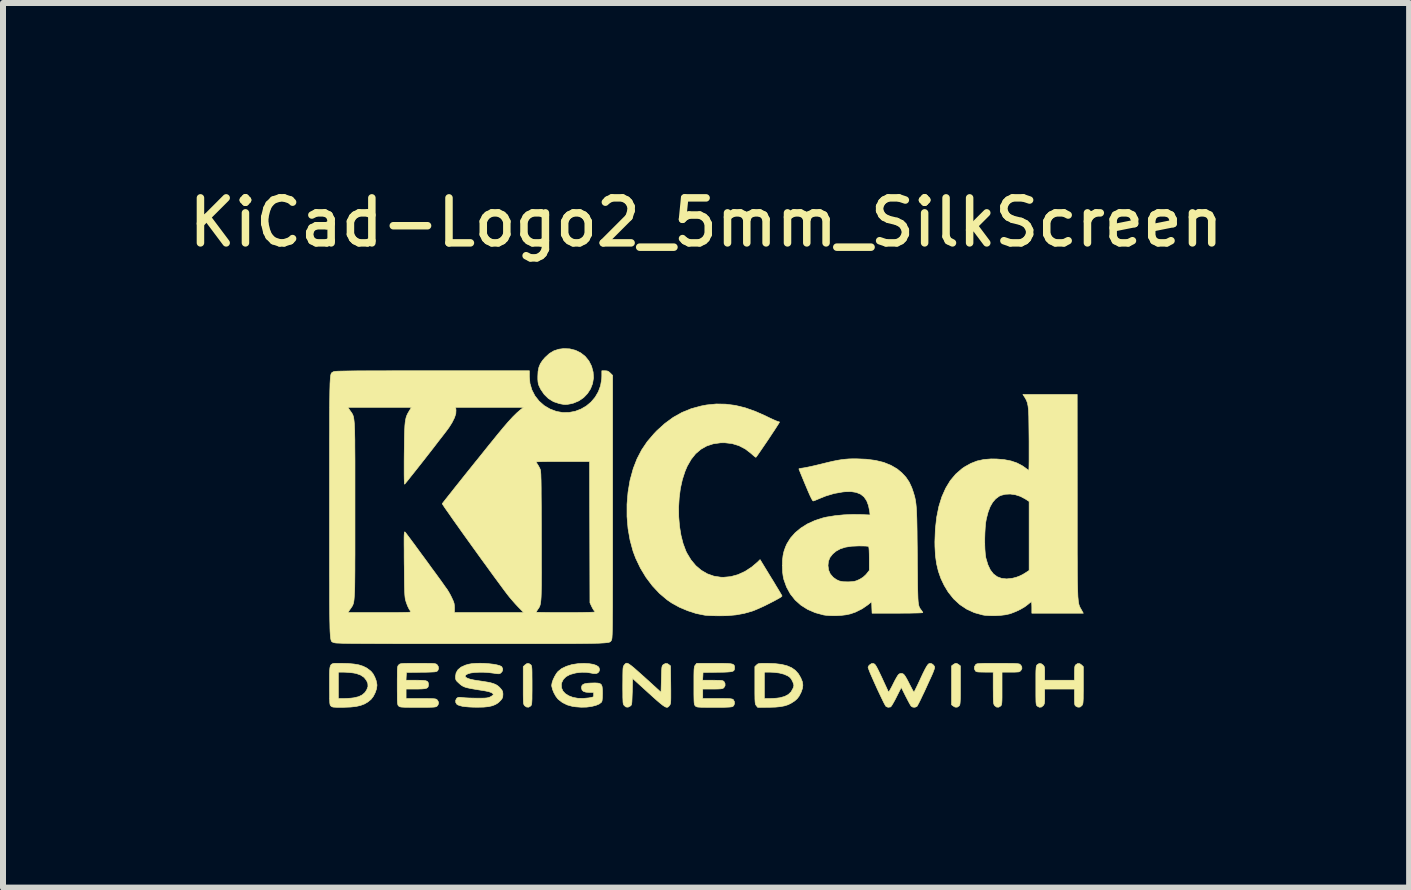
<source format=kicad_pcb>
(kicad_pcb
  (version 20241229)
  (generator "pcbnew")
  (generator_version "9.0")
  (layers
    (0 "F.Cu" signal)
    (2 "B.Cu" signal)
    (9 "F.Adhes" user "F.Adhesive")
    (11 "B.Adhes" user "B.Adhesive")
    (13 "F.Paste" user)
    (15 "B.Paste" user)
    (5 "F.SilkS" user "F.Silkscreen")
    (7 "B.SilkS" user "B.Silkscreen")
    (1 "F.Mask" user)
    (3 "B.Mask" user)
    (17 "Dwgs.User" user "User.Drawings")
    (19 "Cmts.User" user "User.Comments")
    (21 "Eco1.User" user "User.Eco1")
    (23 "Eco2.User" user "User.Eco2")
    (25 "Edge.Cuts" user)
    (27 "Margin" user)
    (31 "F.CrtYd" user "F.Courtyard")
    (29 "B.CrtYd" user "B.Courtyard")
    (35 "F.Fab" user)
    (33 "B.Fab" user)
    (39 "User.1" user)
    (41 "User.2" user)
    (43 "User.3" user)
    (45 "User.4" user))
  (footprint "KiCad-Logo2_5mm_SilkScreen"
    (layer "F.Cu")
    (at 8.72 5.738)
    (property "Reference" "KiCad-Logo2_5mm_SilkScreen" (at 0 -5.08 0) (layer "F.SilkS") (effects (font (size 0.75 0.75) (thickness 0.125))))
    (attr exclude_from_pos_files exclude_from_bom allow_missing_courtyard)
    (fp_poly (pts (xy 4.189 2.276) (xy 4.212 2.291) (xy 4.239 2.312) (xy 4.239 2.634) (xy 4.239 2.728) (xy 4.239 2.802) (xy 4.238 2.859) (xy 4.236 2.901) (xy 4.234 2.931) (xy 4.231 2.951) (xy 4.227 2.965) (xy 4.221 2.974) (xy 4.217 2.979) (xy 4.186 3) (xy 4.15 2.999) (xy 4.119 2.981) (xy 4.092 2.96) (xy 4.092 2.312) (xy 4.119 2.291) (xy 4.145 2.275) (xy 4.166 2.269) (xy 4.189 2.276)) (stroke (width 0.01) (type solid)) (fill yes) (layer "F.SilkS"))
    (fp_poly (pts (xy -2.924 2.292) (xy -2.917 2.299) (xy -2.912 2.309) (xy -2.908 2.324) (xy -2.905 2.346) (xy -2.903 2.378) (xy -2.902 2.422) (xy -2.902 2.482) (xy -2.901 2.56) (xy -2.901 2.636) (xy -2.901 2.73) (xy -2.902 2.804) (xy -2.902 2.86) (xy -2.904 2.902) (xy -2.906 2.932) (xy -2.909 2.952) (xy -2.913 2.965) (xy -2.919 2.974) (xy -2.924 2.98) (xy -2.957 3) (xy -2.992 2.998) (xy -3.023 2.977) (xy -3.031 2.968) (xy -3.036 2.959) (xy -3.041 2.945) (xy -3.044 2.924) (xy -3.046 2.895) (xy -3.047 2.853) (xy -3.048 2.796) (xy -3.048 2.722) (xy -3.048 2.638) (xy -3.048 2.324) (xy -3.02 2.297) (xy -2.986 2.273) (xy -2.953 2.273) (xy -2.924 2.292)) (stroke (width 0.01) (type solid)) (fill yes) (layer "F.SilkS"))
    (fp_poly (pts (xy -2.273 -2.973) (xy -2.177 -2.949) (xy -2.09 -2.906) (xy -2.015 -2.847) (xy -1.954 -2.772) (xy -1.909 -2.683) (xy -1.883 -2.586) (xy -1.877 -2.489) (xy -1.892 -2.395) (xy -1.926 -2.307) (xy -1.977 -2.228) (xy -2.042 -2.16) (xy -2.121 -2.106) (xy -2.212 -2.068) (xy -2.263 -2.056) (xy -2.308 -2.048) (xy -2.342 -2.045) (xy -2.375 -2.047) (xy -2.415 -2.054) (xy -2.449 -2.061) (xy -2.542 -2.092) (xy -2.626 -2.143) (xy -2.698 -2.213) (xy -2.756 -2.298) (xy -2.77 -2.326) (xy -2.787 -2.362) (xy -2.797 -2.392) (xy -2.802 -2.425) (xy -2.805 -2.466) (xy -2.805 -2.512) (xy -2.801 -2.596) (xy -2.787 -2.665) (xy -2.762 -2.726) (xy -2.723 -2.784) (xy -2.684 -2.829) (xy -2.612 -2.895) (xy -2.537 -2.94) (xy -2.455 -2.967) (xy -2.377 -2.977) (xy -2.273 -2.973)) (stroke (width 0.01) (type solid)) (fill yes) (layer "F.SilkS"))
    (fp_poly (pts (xy 4.963 2.269) (xy 5.042 2.27) (xy 5.103 2.27) (xy 5.149 2.272) (xy 5.182 2.274) (xy 5.205 2.277) (xy 5.221 2.28) (xy 5.231 2.285) (xy 5.236 2.289) (xy 5.261 2.321) (xy 5.265 2.355) (xy 5.249 2.386) (xy 5.238 2.398) (xy 5.227 2.406) (xy 5.211 2.412) (xy 5.186 2.414) (xy 5.147 2.416) (xy 5.09 2.416) (xy 5.079 2.416) (xy 4.933 2.416) (xy 4.933 2.687) (xy 4.933 2.772) (xy 4.933 2.838) (xy 4.932 2.887) (xy 4.93 2.922) (xy 4.927 2.946) (xy 4.923 2.962) (xy 4.918 2.972) (xy 4.911 2.98) (xy 4.878 3) (xy 4.843 2.999) (xy 4.812 2.976) (xy 4.81 2.973) (xy 4.802 2.962) (xy 4.797 2.95) (xy 4.793 2.933) (xy 4.79 2.908) (xy 4.788 2.872) (xy 4.787 2.822) (xy 4.787 2.755) (xy 4.786 2.68) (xy 4.786 2.416) (xy 4.647 2.416) (xy 4.587 2.415) (xy 4.546 2.414) (xy 4.519 2.411) (xy 4.502 2.405) (xy 4.49 2.397) (xy 4.489 2.395) (xy 4.473 2.362) (xy 4.474 2.324) (xy 4.493 2.292) (xy 4.5 2.285) (xy 4.51 2.28) (xy 4.524 2.276) (xy 4.545 2.274) (xy 4.575 2.272) (xy 4.618 2.27) (xy 4.676 2.269) (xy 4.75 2.269) (xy 4.844 2.269) (xy 4.864 2.269) (xy 4.963 2.269)) (stroke (width 0.01) (type solid)) (fill yes) (layer "F.SilkS"))
    (fp_poly (pts (xy 6.229 2.275) (xy 6.26 2.297) (xy 6.288 2.324) (xy 6.288 2.634) (xy 6.288 2.726) (xy 6.287 2.798) (xy 6.287 2.853) (xy 6.285 2.893) (xy 6.283 2.922) (xy 6.28 2.942) (xy 6.275 2.956) (xy 6.269 2.967) (xy 6.265 2.973) (xy 6.234 2.998) (xy 6.198 3) (xy 6.166 2.985) (xy 6.156 2.976) (xy 6.148 2.965) (xy 6.144 2.946) (xy 6.142 2.915) (xy 6.141 2.869) (xy 6.141 2.833) (xy 6.141 2.698) (xy 5.644 2.698) (xy 5.644 2.821) (xy 5.644 2.877) (xy 5.642 2.915) (xy 5.638 2.941) (xy 5.63 2.96) (xy 5.621 2.973) (xy 5.59 2.998) (xy 5.555 3.001) (xy 5.522 2.983) (xy 5.513 2.974) (xy 5.506 2.962) (xy 5.502 2.943) (xy 5.499 2.914) (xy 5.498 2.87) (xy 5.497 2.808) (xy 5.497 2.794) (xy 5.497 2.678) (xy 5.497 2.582) (xy 5.497 2.504) (xy 5.497 2.443) (xy 5.498 2.396) (xy 5.5 2.361) (xy 5.502 2.335) (xy 5.505 2.318) (xy 5.51 2.306) (xy 5.515 2.298) (xy 5.52 2.292) (xy 5.552 2.272) (xy 5.585 2.275) (xy 5.617 2.297) (xy 5.629 2.311) (xy 5.638 2.327) (xy 5.642 2.35) (xy 5.644 2.384) (xy 5.644 2.436) (xy 5.644 2.551) (xy 6.141 2.551) (xy 6.141 2.433) (xy 6.142 2.378) (xy 6.144 2.341) (xy 6.148 2.317) (xy 6.155 2.301) (xy 6.164 2.292) (xy 6.196 2.272) (xy 6.229 2.275)) (stroke (width 0.01) (type solid)) (fill yes) (layer "F.SilkS"))
    (fp_poly (pts (xy 1.018 2.269) (xy 1.147 2.274) (xy 1.257 2.287) (xy 1.349 2.31) (xy 1.426 2.343) (xy 1.489 2.388) (xy 1.539 2.444) (xy 1.58 2.514) (xy 1.58 2.515) (xy 1.605 2.577) (xy 1.613 2.633) (xy 1.606 2.688) (xy 1.584 2.751) (xy 1.579 2.761) (xy 1.55 2.817) (xy 1.517 2.86) (xy 1.475 2.897) (xy 1.417 2.934) (xy 1.414 2.936) (xy 1.364 2.96) (xy 1.307 2.978) (xy 1.24 2.991) (xy 1.159 2.999) (xy 1.06 3.002) (xy 1.025 3.002) (xy 0.86 3.003) (xy 0.836 2.973) (xy 0.829 2.963) (xy 0.824 2.952) (xy 0.82 2.936) (xy 0.817 2.913) (xy 0.815 2.88) (xy 0.814 2.856) (xy 0.971 2.856) (xy 1.065 2.856) (xy 1.12 2.854) (xy 1.176 2.85) (xy 1.222 2.844) (xy 1.225 2.844) (xy 1.307 2.822) (xy 1.371 2.789) (xy 1.418 2.743) (xy 1.451 2.683) (xy 1.457 2.667) (xy 1.463 2.642) (xy 1.46 2.618) (xy 1.448 2.585) (xy 1.441 2.569) (xy 1.418 2.527) (xy 1.39 2.497) (xy 1.359 2.477) (xy 1.297 2.45) (xy 1.218 2.43) (xy 1.125 2.419) (xy 1.058 2.416) (xy 0.971 2.416) (xy 0.971 2.856) (xy 0.814 2.856) (xy 0.814 2.835) (xy 0.813 2.774) (xy 0.813 2.696) (xy 0.813 2.634) (xy 0.813 2.324) (xy 0.841 2.297) (xy 0.853 2.286) (xy 0.866 2.278) (xy 0.885 2.273) (xy 0.913 2.27) (xy 0.955 2.269) (xy 1.015 2.269) (xy 1.018 2.269)) (stroke (width 0.01) (type solid)) (fill yes) (layer "F.SilkS"))
    (fp_poly (pts (xy -6.121 2.269) (xy -6.082 2.269) (xy -5.966 2.272) (xy -5.869 2.281) (xy -5.788 2.295) (xy -5.719 2.317) (xy -5.658 2.347) (xy -5.604 2.387) (xy -5.584 2.404) (xy -5.552 2.443) (xy -5.523 2.497) (xy -5.5 2.557) (xy -5.488 2.615) (xy -5.486 2.636) (xy -5.494 2.695) (xy -5.516 2.759) (xy -5.547 2.82) (xy -5.584 2.868) (xy -5.59 2.874) (xy -5.641 2.915) (xy -5.696 2.947) (xy -5.76 2.971) (xy -5.834 2.988) (xy -5.924 2.998) (xy -6.031 3.002) (xy -6.08 3.003) (xy -6.142 3.003) (xy -6.186 3.001) (xy -6.215 2.999) (xy -6.234 2.994) (xy -6.247 2.987) (xy -6.254 2.98) (xy -6.261 2.973) (xy -6.266 2.963) (xy -6.27 2.948) (xy -6.273 2.926) (xy -6.274 2.894) (xy -6.276 2.85) (xy -6.276 2.79) (xy -6.277 2.712) (xy -6.277 2.636) (xy -6.277 2.535) (xy -6.277 2.454) (xy -6.276 2.416) (xy -6.13 2.416) (xy -6.13 2.856) (xy -6.037 2.856) (xy -5.981 2.854) (xy -5.922 2.85) (xy -5.873 2.844) (xy -5.872 2.844) (xy -5.792 2.825) (xy -5.731 2.795) (xy -5.684 2.753) (xy -5.655 2.707) (xy -5.636 2.656) (xy -5.638 2.608) (xy -5.659 2.557) (xy -5.7 2.504) (xy -5.758 2.465) (xy -5.833 2.438) (xy -5.883 2.429) (xy -5.939 2.423) (xy -6 2.418) (xy -6.051 2.416) (xy -6.054 2.416) (xy -6.13 2.416) (xy -6.276 2.416) (xy -6.275 2.392) (xy -6.271 2.345) (xy -6.263 2.312) (xy -6.25 2.29) (xy -6.23 2.277) (xy -6.203 2.27) (xy -6.167 2.269) (xy -6.121 2.269)) (stroke (width 0.01) (type solid)) (fill yes) (layer "F.SilkS"))
    (fp_poly (pts (xy -1.3 2.273) (xy -1.277 2.287) (xy -1.246 2.31) (xy -1.206 2.342) (xy -1.156 2.386) (xy -1.094 2.441) (xy -1.018 2.509) (xy -0.931 2.588) (xy -0.751 2.752) (xy -0.745 2.532) (xy -0.743 2.456) (xy -0.741 2.4) (xy -0.739 2.36) (xy -0.736 2.332) (xy -0.731 2.314) (xy -0.725 2.303) (xy -0.717 2.294) (xy -0.713 2.291) (xy -0.678 2.272) (xy -0.645 2.274) (xy -0.619 2.291) (xy -0.593 2.312) (xy -0.589 2.627) (xy -0.588 2.72) (xy -0.588 2.793) (xy -0.588 2.848) (xy -0.589 2.889) (xy -0.591 2.919) (xy -0.594 2.939) (xy -0.598 2.953) (xy -0.604 2.964) (xy -0.61 2.972) (xy -0.623 2.988) (xy -0.637 2.999) (xy -0.652 3.003) (xy -0.671 2.999) (xy -0.695 2.987) (xy -0.727 2.965) (xy -0.768 2.932) (xy -0.821 2.887) (xy -0.886 2.829) (xy -0.96 2.762) (xy -1.225 2.521) (xy -1.23 2.741) (xy -1.233 2.816) (xy -1.235 2.872) (xy -1.237 2.913) (xy -1.24 2.94) (xy -1.244 2.958) (xy -1.25 2.969) (xy -1.259 2.978) (xy -1.263 2.981) (xy -1.3 3) (xy -1.335 2.997) (xy -1.365 2.973) (xy -1.372 2.963) (xy -1.378 2.952) (xy -1.382 2.936) (xy -1.385 2.913) (xy -1.386 2.88) (xy -1.388 2.835) (xy -1.388 2.774) (xy -1.389 2.694) (xy -1.389 2.636) (xy -1.388 2.544) (xy -1.388 2.473) (xy -1.387 2.418) (xy -1.386 2.378) (xy -1.384 2.349) (xy -1.38 2.329) (xy -1.376 2.315) (xy -1.37 2.305) (xy -1.365 2.299) (xy -1.354 2.285) (xy -1.343 2.274) (xy -1.332 2.268) (xy -1.318 2.267) (xy -1.3 2.273)) (stroke (width 0.01) (type solid)) (fill yes) (layer "F.SilkS"))
    (fp_poly (pts (xy -1.95 2.275) (xy -1.882 2.286) (xy -1.829 2.304) (xy -1.795 2.327) (xy -1.785 2.341) (xy -1.776 2.372) (xy -1.782 2.4) (xy -1.802 2.427) (xy -1.834 2.44) (xy -1.879 2.439) (xy -1.914 2.432) (xy -1.992 2.419) (xy -2.072 2.418) (xy -2.162 2.428) (xy -2.186 2.433) (xy -2.269 2.456) (xy -2.334 2.491) (xy -2.38 2.537) (xy -2.407 2.592) (xy -2.413 2.621) (xy -2.409 2.68) (xy -2.386 2.732) (xy -2.345 2.776) (xy -2.288 2.811) (xy -2.219 2.837) (xy -2.138 2.852) (xy -2.048 2.854) (xy -1.951 2.845) (xy -1.945 2.844) (xy -1.907 2.836) (xy -1.885 2.83) (xy -1.876 2.819) (xy -1.874 2.802) (xy -1.874 2.793) (xy -1.874 2.754) (xy -1.942 2.754) (xy -2.003 2.75) (xy -2.044 2.737) (xy -2.068 2.714) (xy -2.077 2.679) (xy -2.077 2.674) (xy -2.072 2.645) (xy -2.054 2.623) (xy -2.022 2.609) (xy -1.972 2.601) (xy -1.923 2.598) (xy -1.852 2.596) (xy -1.801 2.599) (xy -1.766 2.609) (xy -1.744 2.628) (xy -1.733 2.66) (xy -1.728 2.708) (xy -1.727 2.77) (xy -1.729 2.84) (xy -1.733 2.887) (xy -1.74 2.912) (xy -1.741 2.914) (xy -1.78 2.946) (xy -1.837 2.97) (xy -1.909 2.988) (xy -1.991 2.999) (xy -2.081 3.001) (xy -2.175 2.994) (xy -2.23 2.986) (xy -2.316 2.962) (xy -2.396 2.922) (xy -2.463 2.87) (xy -2.473 2.86) (xy -2.506 2.816) (xy -2.536 2.762) (xy -2.559 2.706) (xy -2.572 2.654) (xy -2.574 2.635) (xy -2.567 2.593) (xy -2.55 2.542) (xy -2.524 2.488) (xy -2.495 2.439) (xy -2.469 2.406) (xy -2.408 2.357) (xy -2.329 2.319) (xy -2.235 2.29) (xy -2.129 2.274) (xy -2.032 2.27) (xy -1.95 2.275)) (stroke (width 0.01) (type solid)) (fill yes) (layer "F.SilkS"))
    (fp_poly (pts (xy 0.23 2.269) (xy 0.307 2.27) (xy 0.365 2.272) (xy 0.408 2.276) (xy 0.438 2.282) (xy 0.457 2.291) (xy 0.468 2.303) (xy 0.473 2.319) (xy 0.474 2.339) (xy 0.474 2.341) (xy 0.473 2.364) (xy 0.468 2.382) (xy 0.457 2.395) (xy 0.437 2.404) (xy 0.406 2.41) (xy 0.36 2.414) (xy 0.298 2.417) (xy 0.216 2.418) (xy 0.191 2.418) (xy -0.051 2.421) (xy -0.054 2.486) (xy -0.058 2.551) (xy 0.111 2.551) (xy 0.176 2.552) (xy 0.223 2.553) (xy 0.255 2.555) (xy 0.276 2.559) (xy 0.289 2.565) (xy 0.299 2.573) (xy 0.299 2.573) (xy 0.316 2.607) (xy 0.316 2.643) (xy 0.297 2.674) (xy 0.294 2.678) (xy 0.281 2.686) (xy 0.263 2.692) (xy 0.237 2.695) (xy 0.197 2.697) (xy 0.142 2.698) (xy 0.106 2.698) (xy -0.056 2.698) (xy -0.056 2.856) (xy 0.19 2.856) (xy 0.272 2.856) (xy 0.333 2.857) (xy 0.379 2.858) (xy 0.41 2.86) (xy 0.431 2.864) (xy 0.445 2.868) (xy 0.453 2.874) (xy 0.455 2.877) (xy 0.472 2.908) (xy 0.473 2.944) (xy 0.46 2.975) (xy 0.449 2.985) (xy 0.438 2.991) (xy 0.421 2.995) (xy 0.396 2.998) (xy 0.359 3) (xy 0.308 3.002) (xy 0.24 3.003) (xy 0.153 3.003) (xy 0.133 3.003) (xy 0.045 3.003) (xy -0.024 3.002) (xy -0.075 3.002) (xy -0.113 3) (xy -0.139 2.998) (xy -0.156 2.994) (xy -0.167 2.989) (xy -0.176 2.983) (xy -0.18 2.978) (xy -0.187 2.97) (xy -0.192 2.96) (xy -0.196 2.945) (xy -0.199 2.923) (xy -0.201 2.89) (xy -0.202 2.845) (xy -0.203 2.785) (xy -0.203 2.707) (xy -0.203 2.641) (xy -0.203 2.549) (xy -0.203 2.476) (xy -0.202 2.421) (xy -0.201 2.38) (xy -0.198 2.35) (xy -0.195 2.33) (xy -0.191 2.316) (xy -0.185 2.305) (xy -0.18 2.299) (xy -0.156 2.269) (xy 0.134 2.269) (xy 0.23 2.269)) (stroke (width 0.01) (type solid)) (fill yes) (layer "F.SilkS"))
    (fp_poly (pts (xy -4.713 2.269) (xy -4.643 2.27) (xy -4.591 2.27) (xy -4.553 2.272) (xy -4.526 2.274) (xy -4.508 2.278) (xy -4.496 2.283) (xy -4.487 2.289) (xy -4.484 2.292) (xy -4.464 2.323) (xy -4.46 2.359) (xy -4.473 2.391) (xy -4.48 2.397) (xy -4.489 2.403) (xy -4.505 2.408) (xy -4.529 2.412) (xy -4.566 2.414) (xy -4.617 2.416) (xy -4.685 2.418) (xy -4.748 2.418) (xy -4.995 2.421) (xy -4.999 2.486) (xy -5.002 2.551) (xy -4.834 2.551) (xy -4.761 2.552) (xy -4.708 2.555) (xy -4.671 2.56) (xy -4.647 2.57) (xy -4.634 2.586) (xy -4.629 2.607) (xy -4.628 2.628) (xy -4.631 2.653) (xy -4.64 2.671) (xy -4.659 2.684) (xy -4.691 2.692) (xy -4.738 2.696) (xy -4.804 2.698) (xy -4.84 2.698) (xy -5.001 2.698) (xy -5.001 2.856) (xy -4.753 2.856) (xy -4.671 2.856) (xy -4.609 2.857) (xy -4.564 2.858) (xy -4.532 2.86) (xy -4.511 2.863) (xy -4.496 2.868) (xy -4.487 2.874) (xy -4.482 2.879) (xy -4.465 2.906) (xy -4.459 2.929) (xy -4.467 2.959) (xy -4.482 2.98) (xy -4.49 2.987) (xy -4.5 2.992) (xy -4.515 2.996) (xy -4.538 2.999) (xy -4.571 3.001) (xy -4.618 3.002) (xy -4.68 3.003) (xy -4.761 3.003) (xy -4.803 3.003) (xy -4.894 3.003) (xy -4.964 3.002) (xy -5.017 3.002) (xy -5.056 3) (xy -5.083 2.998) (xy -5.101 2.994) (xy -5.113 2.99) (xy -5.122 2.983) (xy -5.125 2.98) (xy -5.132 2.973) (xy -5.137 2.963) (xy -5.141 2.948) (xy -5.144 2.926) (xy -5.146 2.894) (xy -5.147 2.849) (xy -5.147 2.789) (xy -5.148 2.711) (xy -5.148 2.638) (xy -5.148 2.545) (xy -5.147 2.471) (xy -5.147 2.415) (xy -5.146 2.374) (xy -5.144 2.345) (xy -5.141 2.325) (xy -5.136 2.312) (xy -5.131 2.303) (xy -5.123 2.295) (xy -5.122 2.294) (xy -5.113 2.286) (xy -5.103 2.28) (xy -5.089 2.276) (xy -5.067 2.273) (xy -5.036 2.271) (xy -4.993 2.27) (xy -4.934 2.269) (xy -4.857 2.269) (xy -4.802 2.269) (xy -4.713 2.269)) (stroke (width 0.01) (type solid)) (fill yes) (layer "F.SilkS"))
    (fp_poly (pts (xy 3.745 2.271) (xy 3.764 2.278) (xy 3.765 2.278) (xy 3.792 2.299) (xy 3.806 2.32) (xy 3.809 2.329) (xy 3.809 2.342) (xy 3.805 2.361) (xy 3.796 2.387) (xy 3.782 2.424) (xy 3.761 2.473) (xy 3.732 2.536) (xy 3.695 2.617) (xy 3.675 2.661) (xy 3.639 2.74) (xy 3.604 2.812) (xy 3.574 2.876) (xy 3.548 2.928) (xy 3.528 2.965) (xy 3.516 2.986) (xy 3.513 2.989) (xy 3.482 3.001) (xy 3.447 3) (xy 3.419 2.984) (xy 3.418 2.983) (xy 3.407 2.966) (xy 3.388 2.933) (xy 3.364 2.888) (xy 3.337 2.836) (xy 3.327 2.817) (xy 3.254 2.67) (xy 3.174 2.829) (xy 3.146 2.884) (xy 3.119 2.932) (xy 3.097 2.969) (xy 3.081 2.991) (xy 3.076 2.996) (xy 3.034 3.002) (xy 3 2.989) (xy 2.99 2.974) (xy 2.972 2.943) (xy 2.949 2.897) (xy 2.921 2.839) (xy 2.89 2.774) (xy 2.857 2.704) (xy 2.824 2.631) (xy 2.792 2.56) (xy 2.763 2.494) (xy 2.737 2.435) (xy 2.718 2.386) (xy 2.705 2.352) (xy 2.7 2.334) (xy 2.7 2.334) (xy 2.711 2.311) (xy 2.733 2.289) (xy 2.735 2.288) (xy 2.762 2.272) (xy 2.787 2.273) (xy 2.796 2.275) (xy 2.808 2.282) (xy 2.82 2.294) (xy 2.834 2.315) (xy 2.852 2.347) (xy 2.875 2.393) (xy 2.905 2.455) (xy 2.932 2.512) (xy 2.962 2.578) (xy 2.99 2.638) (xy 3.013 2.688) (xy 3.03 2.725) (xy 3.039 2.746) (xy 3.041 2.749) (xy 3.047 2.743) (xy 3.061 2.721) (xy 3.081 2.685) (xy 3.106 2.638) (xy 3.115 2.619) (xy 3.148 2.554) (xy 3.174 2.507) (xy 3.194 2.474) (xy 3.21 2.454) (xy 3.226 2.443) (xy 3.242 2.439) (xy 3.252 2.438) (xy 3.271 2.44) (xy 3.287 2.447) (xy 3.303 2.462) (xy 3.321 2.487) (xy 3.344 2.526) (xy 3.373 2.581) (xy 3.389 2.613) (xy 3.415 2.663) (xy 3.437 2.705) (xy 3.454 2.734) (xy 3.464 2.748) (xy 3.466 2.749) (xy 3.472 2.738) (xy 3.487 2.709) (xy 3.508 2.666) (xy 3.534 2.612) (xy 3.564 2.548) (xy 3.578 2.517) (xy 3.616 2.436) (xy 3.647 2.374) (xy 3.672 2.328) (xy 3.692 2.297) (xy 3.71 2.278) (xy 3.727 2.271) (xy 3.745 2.271)) (stroke (width 0.01) (type solid)) (fill yes) (layer "F.SilkS"))
    (fp_poly (pts (xy -3.692 2.27) (xy -3.617 2.276) (xy -3.547 2.284) (xy -3.487 2.295) (xy -3.44 2.308) (xy -3.41 2.323) (xy -3.406 2.327) (xy -3.39 2.362) (xy -3.395 2.397) (xy -3.419 2.428) (xy -3.421 2.429) (xy -3.435 2.438) (xy -3.45 2.443) (xy -3.471 2.443) (xy -3.503 2.44) (xy -3.552 2.432) (xy -3.556 2.432) (xy -3.629 2.423) (xy -3.707 2.418) (xy -3.786 2.418) (xy -3.859 2.422) (xy -3.922 2.43) (xy -3.968 2.443) (xy -3.971 2.444) (xy -4.005 2.463) (xy -4.017 2.482) (xy -4.008 2.5) (xy -3.978 2.518) (xy -3.929 2.535) (xy -3.861 2.549) (xy -3.816 2.556) (xy -3.721 2.57) (xy -3.647 2.582) (xy -3.588 2.594) (xy -3.542 2.608) (xy -3.506 2.623) (xy -3.476 2.641) (xy -3.449 2.664) (xy -3.428 2.686) (xy -3.403 2.717) (xy -3.391 2.743) (xy -3.387 2.776) (xy -3.387 2.788) (xy -3.39 2.828) (xy -3.401 2.857) (xy -3.421 2.883) (xy -3.462 2.924) (xy -3.508 2.954) (xy -3.562 2.976) (xy -3.627 2.991) (xy -3.707 2.999) (xy -3.805 3.001) (xy -3.821 3.001) (xy -3.887 3) (xy -3.952 2.997) (xy -4.009 2.992) (xy -4.052 2.987) (xy -4.055 2.987) (xy -4.098 2.976) (xy -4.134 2.964) (xy -4.154 2.952) (xy -4.173 2.922) (xy -4.174 2.886) (xy -4.158 2.854) (xy -4.154 2.851) (xy -4.139 2.84) (xy -4.12 2.835) (xy -4.091 2.836) (xy -4.056 2.84) (xy -4.016 2.844) (xy -3.96 2.847) (xy -3.895 2.849) (xy -3.828 2.85) (xy -3.81 2.85) (xy -3.742 2.85) (xy -3.692 2.849) (xy -3.657 2.846) (xy -3.63 2.841) (xy -3.609 2.834) (xy -3.596 2.828) (xy -3.568 2.811) (xy -3.55 2.796) (xy -3.547 2.792) (xy -3.553 2.774) (xy -3.579 2.757) (xy -3.624 2.741) (xy -3.687 2.728) (xy -3.705 2.725) (xy -3.801 2.71) (xy -3.878 2.697) (xy -3.938 2.686) (xy -3.984 2.676) (xy -4.021 2.665) (xy -4.049 2.653) (xy -4.073 2.639) (xy -4.096 2.622) (xy -4.119 2.601) (xy -4.127 2.594) (xy -4.155 2.567) (xy -4.17 2.545) (xy -4.176 2.52) (xy -4.177 2.489) (xy -4.167 2.428) (xy -4.136 2.376) (xy -4.085 2.333) (xy -4.013 2.3) (xy -3.962 2.285) (xy -3.907 2.275) (xy -3.841 2.27) (xy -3.768 2.268) (xy -3.692 2.27)) (stroke (width 0.01) (type solid)) (fill yes) (layer "F.SilkS"))
    (fp_poly (pts (xy 0.328 -2.051) (xy 0.489 -2.03) (xy 0.653 -1.99) (xy 0.822 -1.93) (xy 1 -1.851) (xy 1.011 -1.845) (xy 1.069 -1.817) (xy 1.121 -1.793) (xy 1.162 -1.775) (xy 1.19 -1.764) (xy 1.2 -1.761) (xy 1.219 -1.756) (xy 1.224 -1.752) (xy 1.218 -1.741) (xy 1.202 -1.715) (xy 1.177 -1.676) (xy 1.145 -1.626) (xy 1.107 -1.569) (xy 1.066 -1.507) (xy 1.023 -1.442) (xy 0.98 -1.379) (xy 0.939 -1.319) (xy 0.902 -1.265) (xy 0.871 -1.22) (xy 0.847 -1.186) (xy 0.832 -1.167) (xy 0.83 -1.165) (xy 0.82 -1.17) (xy 0.798 -1.187) (xy 0.767 -1.214) (xy 0.752 -1.228) (xy 0.655 -1.303) (xy 0.548 -1.359) (xy 0.433 -1.394) (xy 0.31 -1.408) (xy 0.241 -1.407) (xy 0.119 -1.39) (xy 0.01 -1.354) (xy -0.087 -1.299) (xy -0.174 -1.225) (xy -0.249 -1.131) (xy -0.314 -1.018) (xy -0.351 -0.931) (xy -0.395 -0.796) (xy -0.428 -0.648) (xy -0.448 -0.493) (xy -0.458 -0.333) (xy -0.456 -0.173) (xy -0.443 -0.016) (xy -0.419 0.133) (xy -0.384 0.271) (xy -0.338 0.395) (xy -0.322 0.429) (xy -0.253 0.543) (xy -0.173 0.64) (xy -0.081 0.718) (xy 0.02 0.777) (xy 0.13 0.816) (xy 0.247 0.834) (xy 0.289 0.835) (xy 0.41 0.824) (xy 0.531 0.791) (xy 0.649 0.737) (xy 0.762 0.663) (xy 0.854 0.585) (xy 0.9 0.54) (xy 1.081 0.837) (xy 1.127 0.911) (xy 1.168 0.98) (xy 1.204 1.039) (xy 1.233 1.088) (xy 1.254 1.124) (xy 1.265 1.144) (xy 1.266 1.147) (xy 1.258 1.157) (xy 1.233 1.174) (xy 1.193 1.197) (xy 1.142 1.225) (xy 1.084 1.255) (xy 1.021 1.287) (xy 0.958 1.318) (xy 0.896 1.346) (xy 0.839 1.371) (xy 0.791 1.391) (xy 0.768 1.399) (xy 0.634 1.437) (xy 0.496 1.462) (xy 0.349 1.475) (xy 0.222 1.477) (xy 0.154 1.476) (xy 0.088 1.474) (xy 0.031 1.471) (xy -0.013 1.468) (xy -0.027 1.466) (xy -0.166 1.438) (xy -0.307 1.392) (xy -0.445 1.334) (xy -0.572 1.264) (xy -0.649 1.211) (xy -0.777 1.103) (xy -0.895 0.977) (xy -1.002 0.835) (xy -1.095 0.681) (xy -1.173 0.518) (xy -1.217 0.401) (xy -1.267 0.217) (xy -1.301 0.023) (xy -1.318 -0.179) (xy -1.318 -0.382) (xy -1.301 -0.584) (xy -1.268 -0.781) (xy -1.217 -0.967) (xy -1.214 -0.978) (xy -1.151 -1.14) (xy -1.074 -1.288) (xy -0.981 -1.426) (xy -0.868 -1.558) (xy -0.825 -1.604) (xy -0.688 -1.728) (xy -0.549 -1.83) (xy -0.403 -1.912) (xy -0.249 -1.975) (xy -0.084 -2.02) (xy 0.011 -2.038) (xy 0.17 -2.054) (xy 0.328 -2.051)) (stroke (width 0.01) (type solid)) (fill yes) (layer "F.SilkS"))
    (fp_poly (pts (xy 6.187 -0.528) (xy 6.187 -0.293) (xy 6.187 -0.08) (xy 6.187 0.112) (xy 6.187 0.285) (xy 6.187 0.441) (xy 6.188 0.579) (xy 6.188 0.701) (xy 6.189 0.808) (xy 6.19 0.901) (xy 6.192 0.982) (xy 6.194 1.051) (xy 6.196 1.11) (xy 6.198 1.159) (xy 6.202 1.2) (xy 6.205 1.234) (xy 6.21 1.262) (xy 6.214 1.285) (xy 6.22 1.304) (xy 6.226 1.321) (xy 6.233 1.335) (xy 6.24 1.349) (xy 6.249 1.364) (xy 6.254 1.373) (xy 6.288 1.434) (xy 5.43 1.434) (xy 5.43 1.338) (xy 5.429 1.294) (xy 5.427 1.261) (xy 5.424 1.243) (xy 5.423 1.242) (xy 5.412 1.249) (xy 5.389 1.267) (xy 5.366 1.286) (xy 5.312 1.327) (xy 5.242 1.368) (xy 5.165 1.405) (xy 5.088 1.435) (xy 5.057 1.445) (xy 4.989 1.46) (xy 4.906 1.47) (xy 4.816 1.475) (xy 4.728 1.474) (xy 4.649 1.469) (xy 4.612 1.463) (xy 4.473 1.425) (xy 4.346 1.367) (xy 4.23 1.29) (xy 4.127 1.195) (xy 4.036 1.081) (xy 3.969 0.97) (xy 3.914 0.854) (xy 3.872 0.734) (xy 3.842 0.608) (xy 3.823 0.472) (xy 3.815 0.32) (xy 3.814 0.243) (xy 3.816 0.186) (xy 4.645 0.186) (xy 4.645 0.279) (xy 4.648 0.367) (xy 4.654 0.444) (xy 4.662 0.505) (xy 4.665 0.517) (xy 4.697 0.625) (xy 4.738 0.712) (xy 4.79 0.779) (xy 4.853 0.826) (xy 4.926 0.853) (xy 5.011 0.862) (xy 5.107 0.851) (xy 5.17 0.835) (xy 5.219 0.817) (xy 5.274 0.791) (xy 5.314 0.767) (xy 5.385 0.721) (xy 5.385 -0.429) (xy 5.317 -0.473) (xy 5.239 -0.514) (xy 5.155 -0.541) (xy 5.07 -0.553) (xy 4.988 -0.549) (xy 4.915 -0.53) (xy 4.883 -0.515) (xy 4.826 -0.472) (xy 4.777 -0.415) (xy 4.735 -0.342) (xy 4.701 -0.252) (xy 4.672 -0.141) (xy 4.671 -0.135) (xy 4.66 -0.073) (xy 4.653 0.005) (xy 4.648 0.093) (xy 4.645 0.186) (xy 3.816 0.186) (xy 3.822 0.03) (xy 3.844 -0.166) (xy 3.88 -0.345) (xy 3.93 -0.506) (xy 3.994 -0.65) (xy 4.071 -0.777) (xy 4.163 -0.886) (xy 4.268 -0.977) (xy 4.314 -1.008) (xy 4.415 -1.064) (xy 4.518 -1.104) (xy 4.628 -1.128) (xy 4.749 -1.138) (xy 4.842 -1.137) (xy 4.971 -1.126) (xy 5.084 -1.104) (xy 5.183 -1.07) (xy 5.271 -1.024) (xy 5.32 -0.99) (xy 5.349 -0.968) (xy 5.371 -0.953) (xy 5.379 -0.948) (xy 5.381 -0.959) (xy 5.382 -0.99) (xy 5.383 -1.037) (xy 5.384 -1.1) (xy 5.384 -1.173) (xy 5.384 -1.256) (xy 5.384 -1.344) (xy 5.384 -1.436) (xy 5.383 -1.528) (xy 5.382 -1.618) (xy 5.381 -1.704) (xy 5.38 -1.781) (xy 5.379 -1.848) (xy 5.377 -1.902) (xy 5.375 -1.94) (xy 5.375 -1.947) (xy 5.367 -2.018) (xy 5.356 -2.073) (xy 5.338 -2.12) (xy 5.312 -2.166) (xy 5.305 -2.176) (xy 5.281 -2.213) (xy 6.186 -2.213) (xy 6.187 -0.528)) (stroke (width 0.01) (type solid)) (fill yes) (layer "F.SilkS"))
    (fp_poly (pts (xy 2.674 -1.133) (xy 2.825 -1.113) (xy 2.961 -1.08) (xy 3.08 -1.032) (xy 3.185 -0.971) (xy 3.262 -0.907) (xy 3.331 -0.833) (xy 3.385 -0.753) (xy 3.428 -0.661) (xy 3.443 -0.618) (xy 3.456 -0.579) (xy 3.467 -0.543) (xy 3.477 -0.508) (xy 3.485 -0.472) (xy 3.492 -0.433) (xy 3.498 -0.39) (xy 3.503 -0.34) (xy 3.507 -0.283) (xy 3.51 -0.215) (xy 3.513 -0.136) (xy 3.515 -0.043) (xy 3.517 0.066) (xy 3.518 0.192) (xy 3.52 0.337) (xy 3.521 0.48) (xy 3.522 0.636) (xy 3.524 0.771) (xy 3.525 0.887) (xy 3.526 0.986) (xy 3.528 1.068) (xy 3.53 1.136) (xy 3.532 1.192) (xy 3.535 1.236) (xy 3.539 1.271) (xy 3.544 1.299) (xy 3.55 1.321) (xy 3.557 1.338) (xy 3.565 1.352) (xy 3.574 1.366) (xy 3.585 1.38) (xy 3.59 1.385) (xy 3.605 1.408) (xy 3.612 1.423) (xy 3.612 1.424) (xy 3.602 1.426) (xy 3.571 1.428) (xy 3.522 1.43) (xy 3.458 1.431) (xy 3.382 1.433) (xy 3.295 1.433) (xy 3.2 1.434) (xy 3.19 1.434) (xy 2.767 1.434) (xy 2.763 1.338) (xy 2.76 1.242) (xy 2.698 1.293) (xy 2.601 1.36) (xy 2.491 1.415) (xy 2.404 1.445) (xy 2.335 1.46) (xy 2.252 1.47) (xy 2.162 1.475) (xy 2.074 1.474) (xy 1.995 1.468) (xy 1.959 1.463) (xy 1.819 1.425) (xy 1.692 1.37) (xy 1.58 1.299) (xy 1.484 1.213) (xy 1.404 1.112) (xy 1.341 0.997) (xy 1.296 0.871) (xy 1.284 0.814) (xy 1.276 0.752) (xy 1.273 0.677) (xy 1.272 0.643) (xy 1.272 0.64) (xy 2.032 0.64) (xy 2.042 0.715) (xy 2.07 0.779) (xy 2.118 0.835) (xy 2.123 0.839) (xy 2.172 0.874) (xy 2.223 0.897) (xy 2.284 0.909) (xy 2.359 0.911) (xy 2.377 0.911) (xy 2.431 0.908) (xy 2.471 0.903) (xy 2.506 0.893) (xy 2.545 0.876) (xy 2.556 0.871) (xy 2.616 0.835) (xy 2.663 0.792) (xy 2.676 0.777) (xy 2.721 0.72) (xy 2.721 0.525) (xy 2.72 0.446) (xy 2.718 0.388) (xy 2.715 0.349) (xy 2.711 0.327) (xy 2.707 0.32) (xy 2.691 0.317) (xy 2.657 0.314) (xy 2.61 0.313) (xy 2.555 0.312) (xy 2.546 0.312) (xy 2.425 0.317) (xy 2.323 0.333) (xy 2.236 0.361) (xy 2.164 0.401) (xy 2.109 0.448) (xy 2.064 0.506) (xy 2.039 0.569) (xy 2.032 0.64) (xy 1.272 0.64) (xy 1.274 0.55) (xy 1.283 0.471) (xy 1.299 0.4) (xy 1.324 0.329) (xy 1.348 0.276) (xy 1.407 0.181) (xy 1.485 0.093) (xy 1.58 0.014) (xy 1.69 -0.055) (xy 1.813 -0.111) (xy 1.945 -0.154) (xy 2.009 -0.169) (xy 2.146 -0.191) (xy 2.294 -0.206) (xy 2.446 -0.212) (xy 2.572 -0.211) (xy 2.734 -0.204) (xy 2.727 -0.263) (xy 2.707 -0.362) (xy 2.676 -0.443) (xy 2.632 -0.506) (xy 2.575 -0.551) (xy 2.503 -0.58) (xy 2.416 -0.594) (xy 2.313 -0.591) (xy 2.275 -0.587) (xy 2.134 -0.562) (xy 1.997 -0.521) (xy 1.902 -0.483) (xy 1.857 -0.464) (xy 1.819 -0.448) (xy 1.792 -0.439) (xy 1.785 -0.437) (xy 1.775 -0.446) (xy 1.758 -0.475) (xy 1.734 -0.524) (xy 1.703 -0.594) (xy 1.665 -0.684) (xy 1.658 -0.7) (xy 1.628 -0.772) (xy 1.601 -0.838) (xy 1.578 -0.893) (xy 1.561 -0.936) (xy 1.55 -0.963) (xy 1.547 -0.972) (xy 1.557 -0.977) (xy 1.583 -0.982) (xy 1.611 -0.986) (xy 1.642 -0.991) (xy 1.689 -1) (xy 1.751 -1.013) (xy 1.821 -1.029) (xy 1.896 -1.047) (xy 1.925 -1.054) (xy 2.03 -1.08) (xy 2.117 -1.1) (xy 2.192 -1.115) (xy 2.258 -1.126) (xy 2.319 -1.133) (xy 2.381 -1.138) (xy 2.446 -1.14) (xy 2.504 -1.14) (xy 2.674 -1.133)) (stroke (width 0.01) (type solid)) (fill yes) (layer "F.SilkS"))
    (fp_poly (pts (xy -2.946 -2.511) (xy -2.936 -2.397) (xy -2.904 -2.289) (xy -2.853 -2.19) (xy -2.784 -2.102) (xy -2.699 -2.027) (xy -2.602 -1.97) (xy -2.496 -1.93) (xy -2.389 -1.911) (xy -2.283 -1.913) (xy -2.181 -1.932) (xy -2.085 -1.969) (xy -1.996 -2.021) (xy -1.917 -2.087) (xy -1.849 -2.167) (xy -1.796 -2.258) (xy -1.759 -2.359) (xy -1.74 -2.47) (xy -1.738 -2.52) (xy -1.738 -2.608) (xy -1.687 -2.608) (xy -1.65 -2.605) (xy -1.623 -2.593) (xy -1.596 -2.569) (xy -1.558 -2.531) (xy -1.558 -0.339) (xy -1.558 -0.077) (xy -1.558 0.163) (xy -1.558 0.383) (xy -1.558 0.583) (xy -1.558 0.764) (xy -1.558 0.928) (xy -1.559 1.074) (xy -1.559 1.205) (xy -1.559 1.32) (xy -1.56 1.421) (xy -1.561 1.509) (xy -1.561 1.585) (xy -1.562 1.65) (xy -1.563 1.704) (xy -1.564 1.749) (xy -1.565 1.786) (xy -1.567 1.815) (xy -1.568 1.837) (xy -1.57 1.854) (xy -1.572 1.866) (xy -1.574 1.874) (xy -1.576 1.88) (xy -1.577 1.882) (xy -1.581 1.889) (xy -1.585 1.895) (xy -1.589 1.901) (xy -1.594 1.906) (xy -1.601 1.911) (xy -1.611 1.916) (xy -1.625 1.92) (xy -1.645 1.923) (xy -1.669 1.926) (xy -1.701 1.929) (xy -1.741 1.931) (xy -1.789 1.934) (xy -1.846 1.935) (xy -1.914 1.937) (xy -1.994 1.938) (xy -2.085 1.939) (xy -2.19 1.94) (xy -2.309 1.94) (xy -2.443 1.941) (xy -2.593 1.941) (xy -2.76 1.941) (xy -2.945 1.942) (xy -3.149 1.942) (xy -3.372 1.942) (xy -3.616 1.941) (xy -3.881 1.941) (xy -3.92 1.941) (xy -4.187 1.941) (xy -4.432 1.941) (xy -4.657 1.941) (xy -4.861 1.941) (xy -5.047 1.941) (xy -5.215 1.941) (xy -5.366 1.94) (xy -5.501 1.94) (xy -5.62 1.939) (xy -5.725 1.939) (xy -5.817 1.938) (xy -5.896 1.938) (xy -5.964 1.937) (xy -6.021 1.936) (xy -6.069 1.935) (xy -6.107 1.933) (xy -6.138 1.932) (xy -6.162 1.931) (xy -6.18 1.929) (xy -6.192 1.927) (xy -6.201 1.925) (xy -6.205 1.923) (xy -6.214 1.92) (xy -6.221 1.917) (xy -6.229 1.915) (xy -6.235 1.911) (xy -6.241 1.906) (xy -6.246 1.897) (xy -6.251 1.885) (xy -6.255 1.869) (xy -6.259 1.846) (xy -6.262 1.818) (xy -6.265 1.781) (xy -6.268 1.737) (xy -6.27 1.683) (xy -6.271 1.618) (xy -6.273 1.543) (xy -6.274 1.455) (xy -6.275 1.354) (xy -6.276 1.239) (xy -6.276 1.11) (xy -6.276 0.964) (xy -6.277 0.802) (xy -6.277 0.621) (xy -6.277 0.422) (xy -6.277 0.204) (xy -6.277 -0.035) (xy -6.277 -0.296) (xy -6.277 -0.338) (xy -6.277 -0.601) (xy -6.277 -0.842) (xy -6.277 -1.063) (xy -6.277 -1.264) (xy -6.277 -1.446) (xy -6.276 -1.61) (xy -6.276 -1.757) (xy -6.276 -1.888) (xy -6.275 -1.998) (xy -5.972 -1.998) (xy -5.932 -1.94) (xy -5.921 -1.925) (xy -5.911 -1.911) (xy -5.902 -1.897) (xy -5.894 -1.883) (xy -5.887 -1.868) (xy -5.881 -1.849) (xy -5.875 -1.826) (xy -5.871 -1.798) (xy -5.867 -1.764) (xy -5.863 -1.722) (xy -5.861 -1.67) (xy -5.858 -1.609) (xy -5.857 -1.537) (xy -5.855 -1.452) (xy -5.855 -1.354) (xy -5.854 -1.24) (xy -5.853 -1.111) (xy -5.853 -0.965) (xy -5.853 -0.8) (xy -5.853 -0.616) (xy -5.853 -0.41) (xy -5.853 -0.288) (xy -5.853 -0.071) (xy -5.853 0.125) (xy -5.853 0.3) (xy -5.853 0.456) (xy -5.854 0.595) (xy -5.854 0.717) (xy -5.855 0.823) (xy -5.856 0.915) (xy -5.857 0.994) (xy -5.859 1.062) (xy -5.862 1.118) (xy -5.865 1.165) (xy -5.868 1.204) (xy -5.872 1.235) (xy -5.877 1.261) (xy -5.883 1.282) (xy -5.89 1.299) (xy -5.897 1.314) (xy -5.906 1.327) (xy -5.915 1.341) (xy -5.925 1.356) (xy -5.932 1.365) (xy -5.97 1.422) (xy -5.439 1.422) (xy -5.315 1.422) (xy -5.213 1.422) (xy -5.129 1.422) (xy -5.063 1.421) (xy -5.012 1.42) (xy -4.974 1.419) (xy -4.948 1.417) (xy -4.932 1.415) (xy -4.923 1.412) (xy -4.921 1.408) (xy -4.923 1.404) (xy -4.925 1.403) (xy -4.95 1.366) (xy -4.976 1.313) (xy -4.999 1.251) (xy -5.007 1.224) (xy -5.012 1.206) (xy -5.016 1.185) (xy -5.019 1.159) (xy -5.022 1.126) (xy -5.024 1.083) (xy -5.026 1.028) (xy -5.028 0.96) (xy -5.029 0.877) (xy -5.03 0.775) (xy -5.031 0.654) (xy -5.032 0.61) (xy -5.033 0.484) (xy -5.033 0.38) (xy -5.034 0.295) (xy -5.034 0.227) (xy -5.034 0.174) (xy -5.033 0.135) (xy -5.031 0.107) (xy -5.029 0.09) (xy -5.027 0.081) (xy -5.023 0.078) (xy -5.019 0.08) (xy -5.015 0.085) (xy -5.004 0.098) (xy -4.982 0.127) (xy -4.95 0.17) (xy -4.909 0.225) (xy -4.861 0.289) (xy -4.808 0.362) (xy -4.751 0.44) (xy -4.691 0.521) (xy -4.631 0.603) (xy -4.572 0.685) (xy -4.514 0.763) (xy -4.461 0.836) (xy -4.413 0.902) (xy -4.373 0.959) (xy -4.341 1.004) (xy -4.318 1.035) (xy -4.314 1.041) (xy -4.291 1.078) (xy -4.264 1.126) (xy -4.239 1.176) (xy -4.236 1.183) (xy -4.214 1.231) (xy -4.201 1.268) (xy -4.196 1.304) (xy -4.194 1.346) (xy -4.195 1.422) (xy -3.041 1.422) (xy -3.132 1.329) (xy -3.179 1.279) (xy -3.229 1.222) (xy -3.275 1.168) (xy -3.295 1.143) (xy -3.326 1.103) (xy -3.366 1.05) (xy -3.414 0.985) (xy -3.47 0.909) (xy -3.532 0.825) (xy -3.599 0.733) (xy -3.669 0.636) (xy -3.743 0.535) (xy -3.817 0.432) (xy -3.892 0.328) (xy -3.966 0.225) (xy -4.038 0.125) (xy -4.106 0.029) (xy -4.17 -0.061) (xy -4.229 -0.144) (xy -4.28 -0.218) (xy -4.324 -0.28) (xy -4.359 -0.33) (xy -4.383 -0.367) (xy -4.396 -0.387) (xy -4.398 -0.391) (xy -4.39 -0.403) (xy -4.369 -0.43) (xy -4.337 -0.471) (xy -4.294 -0.525) (xy -4.243 -0.589) (xy -4.185 -0.663) (xy -4.12 -0.744) (xy -4.051 -0.831) (xy -3.979 -0.921) (xy -3.904 -1.014) (xy -3.845 -1.088) (xy -2.834 -1.088) (xy -2.828 -1.075) (xy -2.813 -1.053) (xy -2.812 -1.052) (xy -2.793 -1.021) (xy -2.774 -0.985) (xy -2.77 -0.976) (xy -2.766 -0.968) (xy -2.763 -0.958) (xy -2.76 -0.945) (xy -2.758 -0.927) (xy -2.756 -0.904) (xy -2.754 -0.873) (xy -2.753 -0.833) (xy -2.751 -0.784) (xy -2.75 -0.723) (xy -2.749 -0.649) (xy -2.749 -0.561) (xy -2.748 -0.457) (xy -2.747 -0.337) (xy -2.747 -0.198) (xy -2.746 -0.039) (xy -2.746 0.14) (xy -2.745 0.325) (xy -2.745 0.489) (xy -2.745 0.633) (xy -2.744 0.759) (xy -2.745 0.868) (xy -2.745 0.961) (xy -2.747 1.04) (xy -2.748 1.106) (xy -2.75 1.161) (xy -2.753 1.206) (xy -2.757 1.242) (xy -2.761 1.271) (xy -2.766 1.295) (xy -2.772 1.313) (xy -2.779 1.329) (xy -2.787 1.344) (xy -2.797 1.358) (xy -2.805 1.37) (xy -2.822 1.396) (xy -2.832 1.414) (xy -2.834 1.417) (xy -2.823 1.418) (xy -2.791 1.419) (xy -2.742 1.42) (xy -2.677 1.421) (xy -2.599 1.422) (xy -2.51 1.422) (xy -2.411 1.422) (xy -2.342 1.422) (xy -2.237 1.422) (xy -2.141 1.422) (xy -2.054 1.421) (xy -1.98 1.419) (xy -1.921 1.418) (xy -1.879 1.416) (xy -1.855 1.414) (xy -1.851 1.412) (xy -1.859 1.398) (xy -1.867 1.39) (xy -1.88 1.372) (xy -1.897 1.342) (xy -1.909 1.318) (xy -1.936 1.259) (xy -1.939 0.082) (xy -1.942 -1.095) (xy -2.388 -1.095) (xy -2.486 -1.095) (xy -2.576 -1.094) (xy -2.657 -1.094) (xy -2.725 -1.093) (xy -2.779 -1.092) (xy -2.815 -1.09) (xy -2.833 -1.089) (xy -2.834 -1.088) (xy -3.845 -1.088) (xy -3.829 -1.107) (xy -3.755 -1.199) (xy -3.683 -1.289) (xy -3.615 -1.374) (xy -3.551 -1.452) (xy -3.494 -1.523) (xy -3.444 -1.584) (xy -3.403 -1.633) (xy -3.386 -1.654) (xy -3.3 -1.754) (xy -3.223 -1.838) (xy -3.154 -1.906) (xy -3.091 -1.96) (xy -3.082 -1.967) (xy -3.042 -1.998) (xy -4.174 -1.998) (xy -4.169 -1.95) (xy -4.172 -1.893) (xy -4.194 -1.825) (xy -4.234 -1.745) (xy -4.279 -1.673) (xy -4.295 -1.65) (xy -4.323 -1.612) (xy -4.361 -1.562) (xy -4.408 -1.501) (xy -4.462 -1.432) (xy -4.52 -1.356) (xy -4.582 -1.276) (xy -4.646 -1.194) (xy -4.71 -1.112) (xy -4.773 -1.032) (xy -4.832 -0.957) (xy -4.887 -0.888) (xy -4.935 -0.828) (xy -4.974 -0.778) (xy -5.004 -0.742) (xy -5.022 -0.72) (xy -5.025 -0.717) (xy -5.028 -0.725) (xy -5.03 -0.755) (xy -5.032 -0.807) (xy -5.033 -0.881) (xy -5.033 -0.977) (xy -5.033 -1.094) (xy -5.032 -1.214) (xy -5.03 -1.346) (xy -5.029 -1.457) (xy -5.027 -1.551) (xy -5.024 -1.629) (xy -5.021 -1.692) (xy -5.016 -1.745) (xy -5.009 -1.788) (xy -5.002 -1.823) (xy -4.992 -1.854) (xy -4.98 -1.882) (xy -4.965 -1.91) (xy -4.95 -1.935) (xy -4.912 -1.998) (xy -5.972 -1.998) (xy -6.275 -1.998) (xy -6.275 -2.004) (xy -6.274 -2.106) (xy -6.273 -2.195) (xy -6.272 -2.272) (xy -6.27 -2.337) (xy -6.269 -2.393) (xy -6.266 -2.438) (xy -6.264 -2.475) (xy -6.261 -2.505) (xy -6.258 -2.528) (xy -6.254 -2.546) (xy -6.25 -2.559) (xy -6.245 -2.568) (xy -6.24 -2.574) (xy -6.234 -2.579) (xy -6.228 -2.582) (xy -6.222 -2.586) (xy -6.216 -2.589) (xy -6.21 -2.592) (xy -6.202 -2.594) (xy -6.19 -2.596) (xy -6.173 -2.598) (xy -6.149 -2.6) (xy -6.118 -2.601) (xy -6.079 -2.602) (xy -6.03 -2.603) (xy -5.971 -2.604) (xy -5.899 -2.605) (xy -5.815 -2.606) (xy -5.718 -2.606) (xy -5.605 -2.607) (xy -5.476 -2.607) (xy -5.33 -2.607) (xy -5.166 -2.608) (xy -4.982 -2.608) (xy -4.778 -2.608) (xy -4.567 -2.608) (xy -2.946 -2.608) (xy -2.946 -2.511)) (stroke (width 0.01) (type solid)) (fill yes) (layer "F.SilkS")))
  (gr_rect
    (start -3 -3)
    (end 20.439 11.746)
    (stroke (width 0.1) (type default))
    (fill no)
    (layer "Edge.Cuts")))
</source>
